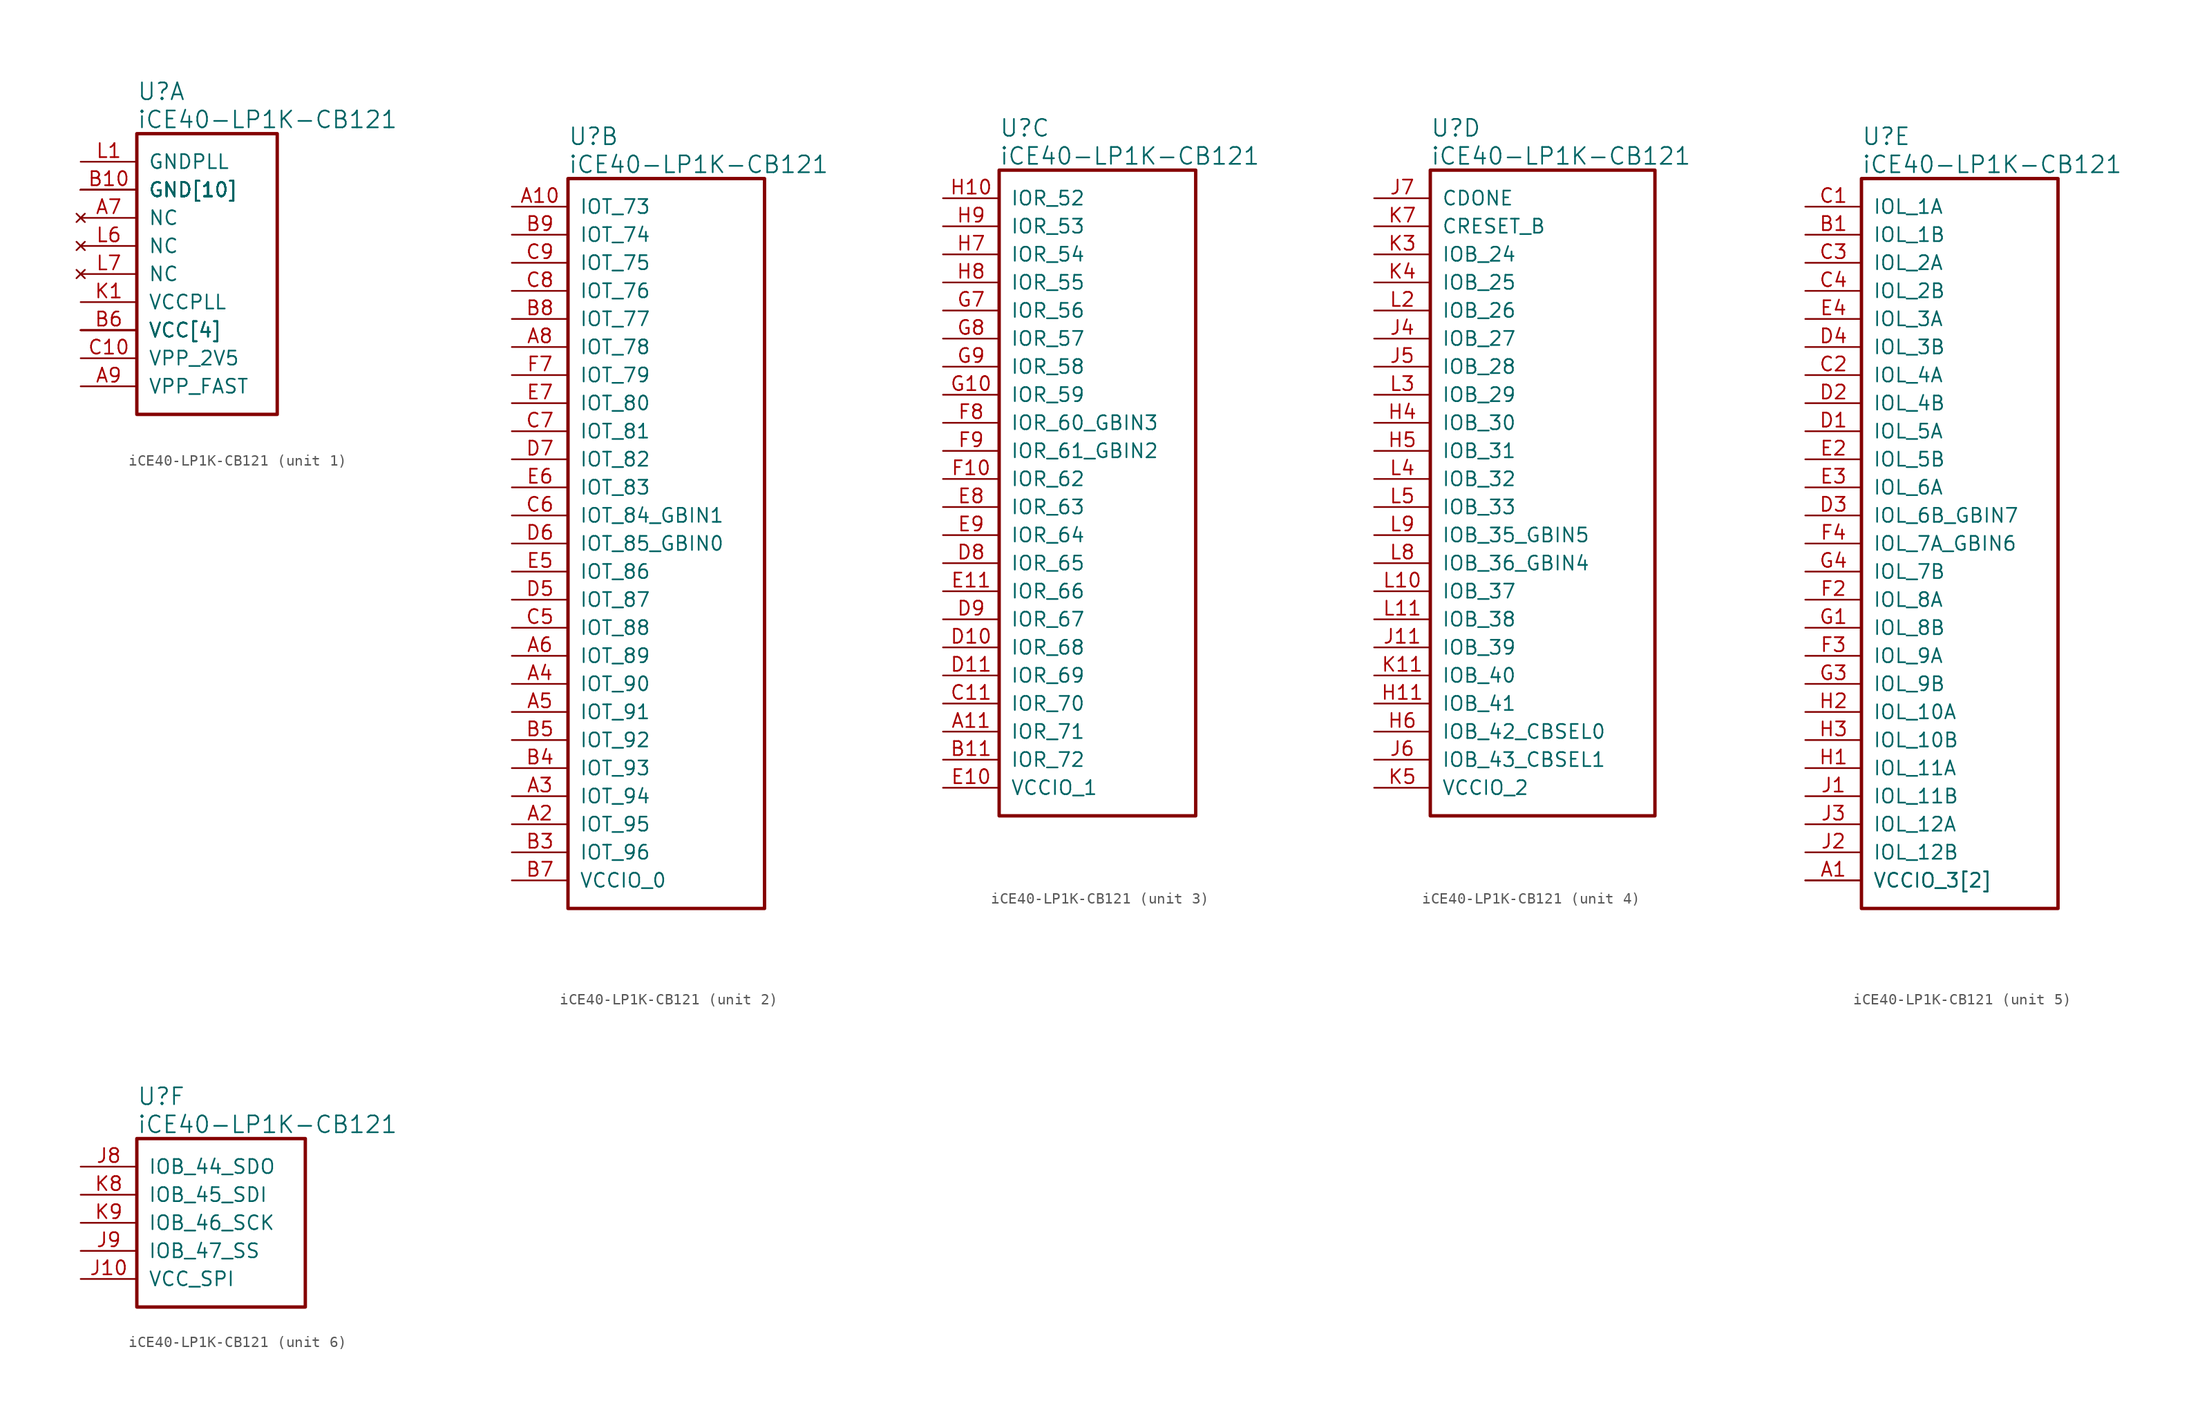
<source format=kicad_sym>
(kicad_symbol_lib
  (version 20241209)
  (generator "kicad_symbol_editor")
  (generator_version "9.0")
  (symbol "iCE40-LP1K-CB121"
    (pin_names
      (offset 1.016))
    (property "Reference" "U"
      (at 5.08 6.35 0)
      (effects (font (size 1.524 1.524)) (justify left)))
    (property "Value" "iCE40-LP1K-CB121"
      (at 5.08 3.81 0)
      (effects (font (size 1.524 1.524)) (justify left)))
    (property "ki_locked" ""
      (at 0 0 0)
      (effects (font (size 1.27 1.27))))
    (symbol "iCE40-LP1K-CB121_1_1"
      (rectangle (start 5.08 2.54) (end 17.78 -22.86) (stroke (width 0.305) (type solid)) (fill (type none)))
      (pin power_in line (at 0 0 0) (length 5.08) (name "GNDPLL" (effects (font (size 1.27 1.27)))) (number "L1" (effects (font (size 1.27 1.27)))))
      (pin power_in line (at 0 -2.54 0) (length 5.08) (name "GND[10]" (effects (font (size 1.27 1.27)))) (number "B10" (effects (font (size 1.27 1.27)))))
      (pin power_in line (at 0 -2.54 0) (length 5.08) (name "GND[10]" (effects (font (size 1.27 1.27)))) (number "B2" (effects (font (size 0 0)))))
      (pin power_in line (at 0 -2.54 0) (length 5.08) (name "GND[10]" (effects (font (size 1.27 1.27)))) (number "E1" (effects (font (size 0 0)))))
      (pin power_in line (at 0 -2.54 0) (length 5.08) (name "GND[10]" (effects (font (size 1.27 1.27)))) (number "F5" (effects (font (size 0 0)))))
      (pin power_in line (at 0 -2.54 0) (length 5.08) (name "GND[10]" (effects (font (size 1.27 1.27)))) (number "F6" (effects (font (size 0 0)))))
      (pin power_in line (at 0 -2.54 0) (length 5.08) (name "GND[10]" (effects (font (size 1.27 1.27)))) (number "G11" (effects (font (size 0 0)))))
      (pin power_in line (at 0 -2.54 0) (length 5.08) (name "GND[10]" (effects (font (size 1.27 1.27)))) (number "G5" (effects (font (size 0 0)))))
      (pin power_in line (at 0 -2.54 0) (length 5.08) (name "GND[10]" (effects (font (size 1.27 1.27)))) (number "G6" (effects (font (size 0 0)))))
      (pin power_in line (at 0 -2.54 0) (length 5.08) (name "GND[10]" (effects (font (size 1.27 1.27)))) (number "K10" (effects (font (size 0 0)))))
      (pin power_in line (at 0 -2.54 0) (length 5.08) (name "GND[10]" (effects (font (size 1.27 1.27)))) (number "K2" (effects (font (size 0 0)))))
      (pin no_connect line (at 0 -5.08 0) (length 5.08) (name "NC" (effects (font (size 1.27 1.27)))) (number "A7" (effects (font (size 1.27 1.27)))))
      (pin no_connect line (at 0 -7.62 0) (length 5.08) (name "NC" (effects (font (size 1.27 1.27)))) (number "L6" (effects (font (size 1.27 1.27)))))
      (pin no_connect line (at 0 -10.16 0) (length 5.08) (name "NC" (effects (font (size 1.27 1.27)))) (number "L7" (effects (font (size 1.27 1.27)))))
      (pin power_in line (at 0 -12.7 0) (length 5.08) (name "VCCPLL" (effects (font (size 1.27 1.27)))) (number "K1" (effects (font (size 1.27 1.27)))))
      (pin power_in line (at 0 -15.24 0) (length 5.08) (name "VCC[4]" (effects (font (size 1.27 1.27)))) (number "B6" (effects (font (size 1.27 1.27)))))
      (pin power_in line (at 0 -15.24 0) (length 5.08) (name "VCC[4]" (effects (font (size 1.27 1.27)))) (number "F1" (effects (font (size 0 0)))))
      (pin power_in line (at 0 -15.24 0) (length 5.08) (name "VCC[4]" (effects (font (size 1.27 1.27)))) (number "F11" (effects (font (size 0 0)))))
      (pin power_in line (at 0 -15.24 0) (length 5.08) (name "VCC[4]" (effects (font (size 1.27 1.27)))) (number "K6" (effects (font (size 0 0)))))
      (pin power_in line (at 0 -17.78 0) (length 5.08) (name "VPP_2V5" (effects (font (size 1.27 1.27)))) (number "C10" (effects (font (size 1.27 1.27)))))
      (pin power_in line (at 0 -20.32 0) (length 5.08) (name "VPP_FAST" (effects (font (size 1.27 1.27)))) (number "A9" (effects (font (size 1.27 1.27))))))
    (symbol "iCE40-LP1K-CB121_2_1"
      (rectangle (start 5.08 2.54) (end 22.86 -63.5) (stroke (width 0.305) (type solid)) (fill (type none)))
      (pin bidirectional line (at 0 0 0) (length 5.08) (name "IOT_73" (effects (font (size 1.27 1.27)))) (number "A10" (effects (font (size 1.27 1.27)))))
      (pin bidirectional line (at 0 -2.54 0) (length 5.08) (name "IOT_74" (effects (font (size 1.27 1.27)))) (number "B9" (effects (font (size 1.27 1.27)))))
      (pin bidirectional line (at 0 -5.08 0) (length 5.08) (name "IOT_75" (effects (font (size 1.27 1.27)))) (number "C9" (effects (font (size 1.27 1.27)))))
      (pin bidirectional line (at 0 -7.62 0) (length 5.08) (name "IOT_76" (effects (font (size 1.27 1.27)))) (number "C8" (effects (font (size 1.27 1.27)))))
      (pin bidirectional line (at 0 -10.16 0) (length 5.08) (name "IOT_77" (effects (font (size 1.27 1.27)))) (number "B8" (effects (font (size 1.27 1.27)))))
      (pin bidirectional line (at 0 -12.7 0) (length 5.08) (name "IOT_78" (effects (font (size 1.27 1.27)))) (number "A8" (effects (font (size 1.27 1.27)))))
      (pin bidirectional line (at 0 -15.24 0) (length 5.08) (name "IOT_79" (effects (font (size 1.27 1.27)))) (number "F7" (effects (font (size 1.27 1.27)))))
      (pin bidirectional line (at 0 -17.78 0) (length 5.08) (name "IOT_80" (effects (font (size 1.27 1.27)))) (number "E7" (effects (font (size 1.27 1.27)))))
      (pin bidirectional line (at 0 -20.32 0) (length 5.08) (name "IOT_81" (effects (font (size 1.27 1.27)))) (number "C7" (effects (font (size 1.27 1.27)))))
      (pin bidirectional line (at 0 -22.86 0) (length 5.08) (name "IOT_82" (effects (font (size 1.27 1.27)))) (number "D7" (effects (font (size 1.27 1.27)))))
      (pin bidirectional line (at 0 -25.4 0) (length 5.08) (name "IOT_83" (effects (font (size 1.27 1.27)))) (number "E6" (effects (font (size 1.27 1.27)))))
      (pin bidirectional line (at 0 -27.94 0) (length 5.08) (name "IOT_84_GBIN1" (effects (font (size 1.27 1.27)))) (number "C6" (effects (font (size 1.27 1.27)))))
      (pin bidirectional line (at 0 -30.48 0) (length 5.08) (name "IOT_85_GBIN0" (effects (font (size 1.27 1.27)))) (number "D6" (effects (font (size 1.27 1.27)))))
      (pin bidirectional line (at 0 -33.02 0) (length 5.08) (name "IOT_86" (effects (font (size 1.27 1.27)))) (number "E5" (effects (font (size 1.27 1.27)))))
      (pin bidirectional line (at 0 -35.56 0) (length 5.08) (name "IOT_87" (effects (font (size 1.27 1.27)))) (number "D5" (effects (font (size 1.27 1.27)))))
      (pin bidirectional line (at 0 -38.1 0) (length 5.08) (name "IOT_88" (effects (font (size 1.27 1.27)))) (number "C5" (effects (font (size 1.27 1.27)))))
      (pin bidirectional line (at 0 -40.64 0) (length 5.08) (name "IOT_89" (effects (font (size 1.27 1.27)))) (number "A6" (effects (font (size 1.27 1.27)))))
      (pin bidirectional line (at 0 -43.18 0) (length 5.08) (name "IOT_90" (effects (font (size 1.27 1.27)))) (number "A4" (effects (font (size 1.27 1.27)))))
      (pin bidirectional line (at 0 -45.72 0) (length 5.08) (name "IOT_91" (effects (font (size 1.27 1.27)))) (number "A5" (effects (font (size 1.27 1.27)))))
      (pin bidirectional line (at 0 -48.26 0) (length 5.08) (name "IOT_92" (effects (font (size 1.27 1.27)))) (number "B5" (effects (font (size 1.27 1.27)))))
      (pin bidirectional line (at 0 -50.8 0) (length 5.08) (name "IOT_93" (effects (font (size 1.27 1.27)))) (number "B4" (effects (font (size 1.27 1.27)))))
      (pin bidirectional line (at 0 -53.34 0) (length 5.08) (name "IOT_94" (effects (font (size 1.27 1.27)))) (number "A3" (effects (font (size 1.27 1.27)))))
      (pin bidirectional line (at 0 -55.88 0) (length 5.08) (name "IOT_95" (effects (font (size 1.27 1.27)))) (number "A2" (effects (font (size 1.27 1.27)))))
      (pin bidirectional line (at 0 -58.42 0) (length 5.08) (name "IOT_96" (effects (font (size 1.27 1.27)))) (number "B3" (effects (font (size 1.27 1.27)))))
      (pin power_in line (at 0 -60.96 0) (length 5.08) (name "VCCIO_0" (effects (font (size 1.27 1.27)))) (number "B7" (effects (font (size 1.27 1.27))))))
    (symbol "iCE40-LP1K-CB121_3_1"
      (rectangle (start 5.08 2.54) (end 22.86 -55.88) (stroke (width 0.305) (type solid)) (fill (type none)))
      (pin bidirectional line (at 0 0 0) (length 5.08) (name "IOR_52" (effects (font (size 1.27 1.27)))) (number "H10" (effects (font (size 1.27 1.27)))))
      (pin bidirectional line (at 0 -2.54 0) (length 5.08) (name "IOR_53" (effects (font (size 1.27 1.27)))) (number "H9" (effects (font (size 1.27 1.27)))))
      (pin bidirectional line (at 0 -5.08 0) (length 5.08) (name "IOR_54" (effects (font (size 1.27 1.27)))) (number "H7" (effects (font (size 1.27 1.27)))))
      (pin bidirectional line (at 0 -7.62 0) (length 5.08) (name "IOR_55" (effects (font (size 1.27 1.27)))) (number "H8" (effects (font (size 1.27 1.27)))))
      (pin bidirectional line (at 0 -10.16 0) (length 5.08) (name "IOR_56" (effects (font (size 1.27 1.27)))) (number "G7" (effects (font (size 1.27 1.27)))))
      (pin bidirectional line (at 0 -12.7 0) (length 5.08) (name "IOR_57" (effects (font (size 1.27 1.27)))) (number "G8" (effects (font (size 1.27 1.27)))))
      (pin bidirectional line (at 0 -15.24 0) (length 5.08) (name "IOR_58" (effects (font (size 1.27 1.27)))) (number "G9" (effects (font (size 1.27 1.27)))))
      (pin bidirectional line (at 0 -17.78 0) (length 5.08) (name "IOR_59" (effects (font (size 1.27 1.27)))) (number "G10" (effects (font (size 1.27 1.27)))))
      (pin bidirectional line (at 0 -20.32 0) (length 5.08) (name "IOR_60_GBIN3" (effects (font (size 1.27 1.27)))) (number "F8" (effects (font (size 1.27 1.27)))))
      (pin bidirectional line (at 0 -22.86 0) (length 5.08) (name "IOR_61_GBIN2" (effects (font (size 1.27 1.27)))) (number "F9" (effects (font (size 1.27 1.27)))))
      (pin bidirectional line (at 0 -25.4 0) (length 5.08) (name "IOR_62" (effects (font (size 1.27 1.27)))) (number "F10" (effects (font (size 1.27 1.27)))))
      (pin bidirectional line (at 0 -27.94 0) (length 5.08) (name "IOR_63" (effects (font (size 1.27 1.27)))) (number "E8" (effects (font (size 1.27 1.27)))))
      (pin bidirectional line (at 0 -30.48 0) (length 5.08) (name "IOR_64" (effects (font (size 1.27 1.27)))) (number "E9" (effects (font (size 1.27 1.27)))))
      (pin bidirectional line (at 0 -33.02 0) (length 5.08) (name "IOR_65" (effects (font (size 1.27 1.27)))) (number "D8" (effects (font (size 1.27 1.27)))))
      (pin bidirectional line (at 0 -35.56 0) (length 5.08) (name "IOR_66" (effects (font (size 1.27 1.27)))) (number "E11" (effects (font (size 1.27 1.27)))))
      (pin bidirectional line (at 0 -38.1 0) (length 5.08) (name "IOR_67" (effects (font (size 1.27 1.27)))) (number "D9" (effects (font (size 1.27 1.27)))))
      (pin bidirectional line (at 0 -40.64 0) (length 5.08) (name "IOR_68" (effects (font (size 1.27 1.27)))) (number "D10" (effects (font (size 1.27 1.27)))))
      (pin bidirectional line (at 0 -43.18 0) (length 5.08) (name "IOR_69" (effects (font (size 1.27 1.27)))) (number "D11" (effects (font (size 1.27 1.27)))))
      (pin bidirectional line (at 0 -45.72 0) (length 5.08) (name "IOR_70" (effects (font (size 1.27 1.27)))) (number "C11" (effects (font (size 1.27 1.27)))))
      (pin bidirectional line (at 0 -48.26 0) (length 5.08) (name "IOR_71" (effects (font (size 1.27 1.27)))) (number "A11" (effects (font (size 1.27 1.27)))))
      (pin bidirectional line (at 0 -50.8 0) (length 5.08) (name "IOR_72" (effects (font (size 1.27 1.27)))) (number "B11" (effects (font (size 1.27 1.27)))))
      (pin power_in line (at 0 -53.34 0) (length 5.08) (name "VCCIO_1" (effects (font (size 1.27 1.27)))) (number "E10" (effects (font (size 1.27 1.27))))))
    (symbol "iCE40-LP1K-CB121_4_1"
      (rectangle (start 5.08 2.54) (end 25.4 -55.88) (stroke (width 0.305) (type solid)) (fill (type none)))
      (pin output line (at 0 0 0) (length 5.08) (name "CDONE" (effects (font (size 1.27 1.27)))) (number "J7" (effects (font (size 1.27 1.27)))))
      (pin input line (at 0 -2.54 0) (length 5.08) (name "CRESET_B" (effects (font (size 1.27 1.27)))) (number "K7" (effects (font (size 1.27 1.27)))))
      (pin bidirectional line (at 0 -5.08 0) (length 5.08) (name "IOB_24" (effects (font (size 1.27 1.27)))) (number "K3" (effects (font (size 1.27 1.27)))))
      (pin bidirectional line (at 0 -7.62 0) (length 5.08) (name "IOB_25" (effects (font (size 1.27 1.27)))) (number "K4" (effects (font (size 1.27 1.27)))))
      (pin bidirectional line (at 0 -10.16 0) (length 5.08) (name "IOB_26" (effects (font (size 1.27 1.27)))) (number "L2" (effects (font (size 1.27 1.27)))))
      (pin bidirectional line (at 0 -12.7 0) (length 5.08) (name "IOB_27" (effects (font (size 1.27 1.27)))) (number "J4" (effects (font (size 1.27 1.27)))))
      (pin bidirectional line (at 0 -15.24 0) (length 5.08) (name "IOB_28" (effects (font (size 1.27 1.27)))) (number "J5" (effects (font (size 1.27 1.27)))))
      (pin bidirectional line (at 0 -17.78 0) (length 5.08) (name "IOB_29" (effects (font (size 1.27 1.27)))) (number "L3" (effects (font (size 1.27 1.27)))))
      (pin bidirectional line (at 0 -20.32 0) (length 5.08) (name "IOB_30" (effects (font (size 1.27 1.27)))) (number "H4" (effects (font (size 1.27 1.27)))))
      (pin bidirectional line (at 0 -22.86 0) (length 5.08) (name "IOB_31" (effects (font (size 1.27 1.27)))) (number "H5" (effects (font (size 1.27 1.27)))))
      (pin bidirectional line (at 0 -25.4 0) (length 5.08) (name "IOB_32" (effects (font (size 1.27 1.27)))) (number "L4" (effects (font (size 1.27 1.27)))))
      (pin bidirectional line (at 0 -27.94 0) (length 5.08) (name "IOB_33" (effects (font (size 1.27 1.27)))) (number "L5" (effects (font (size 1.27 1.27)))))
      (pin bidirectional line (at 0 -30.48 0) (length 5.08) (name "IOB_35_GBIN5" (effects (font (size 1.27 1.27)))) (number "L9" (effects (font (size 1.27 1.27)))))
      (pin bidirectional line (at 0 -33.02 0) (length 5.08) (name "IOB_36_GBIN4" (effects (font (size 1.27 1.27)))) (number "L8" (effects (font (size 1.27 1.27)))))
      (pin bidirectional line (at 0 -35.56 0) (length 5.08) (name "IOB_37" (effects (font (size 1.27 1.27)))) (number "L10" (effects (font (size 1.27 1.27)))))
      (pin bidirectional line (at 0 -38.1 0) (length 5.08) (name "IOB_38" (effects (font (size 1.27 1.27)))) (number "L11" (effects (font (size 1.27 1.27)))))
      (pin bidirectional line (at 0 -40.64 0) (length 5.08) (name "IOB_39" (effects (font (size 1.27 1.27)))) (number "J11" (effects (font (size 1.27 1.27)))))
      (pin bidirectional line (at 0 -43.18 0) (length 5.08) (name "IOB_40" (effects (font (size 1.27 1.27)))) (number "K11" (effects (font (size 1.27 1.27)))))
      (pin bidirectional line (at 0 -45.72 0) (length 5.08) (name "IOB_41" (effects (font (size 1.27 1.27)))) (number "H11" (effects (font (size 1.27 1.27)))))
      (pin bidirectional line (at 0 -48.26 0) (length 5.08) (name "IOB_42_CBSEL0" (effects (font (size 1.27 1.27)))) (number "H6" (effects (font (size 1.27 1.27)))))
      (pin bidirectional line (at 0 -50.8 0) (length 5.08) (name "IOB_43_CBSEL1" (effects (font (size 1.27 1.27)))) (number "J6" (effects (font (size 1.27 1.27)))))
      (pin power_in line (at 0 -53.34 0) (length 5.08) (name "VCCIO_2" (effects (font (size 1.27 1.27)))) (number "K5" (effects (font (size 1.27 1.27))))))
    (symbol "iCE40-LP1K-CB121_5_1"
      (rectangle (start 5.08 2.54) (end 22.86 -63.5) (stroke (width 0.305) (type solid)) (fill (type none)))
      (pin bidirectional line (at 0 0 0) (length 5.08) (name "IOL_1A" (effects (font (size 1.27 1.27)))) (number "C1" (effects (font (size 1.27 1.27)))))
      (pin bidirectional line (at 0 -2.54 0) (length 5.08) (name "IOL_1B" (effects (font (size 1.27 1.27)))) (number "B1" (effects (font (size 1.27 1.27)))))
      (pin bidirectional line (at 0 -5.08 0) (length 5.08) (name "IOL_2A" (effects (font (size 1.27 1.27)))) (number "C3" (effects (font (size 1.27 1.27)))))
      (pin bidirectional line (at 0 -7.62 0) (length 5.08) (name "IOL_2B" (effects (font (size 1.27 1.27)))) (number "C4" (effects (font (size 1.27 1.27)))))
      (pin bidirectional line (at 0 -10.16 0) (length 5.08) (name "IOL_3A" (effects (font (size 1.27 1.27)))) (number "E4" (effects (font (size 1.27 1.27)))))
      (pin bidirectional line (at 0 -12.7 0) (length 5.08) (name "IOL_3B" (effects (font (size 1.27 1.27)))) (number "D4" (effects (font (size 1.27 1.27)))))
      (pin bidirectional line (at 0 -15.24 0) (length 5.08) (name "IOL_4A" (effects (font (size 1.27 1.27)))) (number "C2" (effects (font (size 1.27 1.27)))))
      (pin bidirectional line (at 0 -17.78 0) (length 5.08) (name "IOL_4B" (effects (font (size 1.27 1.27)))) (number "D2" (effects (font (size 1.27 1.27)))))
      (pin bidirectional line (at 0 -20.32 0) (length 5.08) (name "IOL_5A" (effects (font (size 1.27 1.27)))) (number "D1" (effects (font (size 1.27 1.27)))))
      (pin bidirectional line (at 0 -22.86 0) (length 5.08) (name "IOL_5B" (effects (font (size 1.27 1.27)))) (number "E2" (effects (font (size 1.27 1.27)))))
      (pin bidirectional line (at 0 -25.4 0) (length 5.08) (name "IOL_6A" (effects (font (size 1.27 1.27)))) (number "E3" (effects (font (size 1.27 1.27)))))
      (pin bidirectional line (at 0 -27.94 0) (length 5.08) (name "IOL_6B_GBIN7" (effects (font (size 1.27 1.27)))) (number "D3" (effects (font (size 1.27 1.27)))))
      (pin bidirectional line (at 0 -30.48 0) (length 5.08) (name "IOL_7A_GBIN6" (effects (font (size 1.27 1.27)))) (number "F4" (effects (font (size 1.27 1.27)))))
      (pin bidirectional line (at 0 -33.02 0) (length 5.08) (name "IOL_7B" (effects (font (size 1.27 1.27)))) (number "G4" (effects (font (size 1.27 1.27)))))
      (pin bidirectional line (at 0 -35.56 0) (length 5.08) (name "IOL_8A" (effects (font (size 1.27 1.27)))) (number "F2" (effects (font (size 1.27 1.27)))))
      (pin bidirectional line (at 0 -38.1 0) (length 5.08) (name "IOL_8B" (effects (font (size 1.27 1.27)))) (number "G1" (effects (font (size 1.27 1.27)))))
      (pin bidirectional line (at 0 -40.64 0) (length 5.08) (name "IOL_9A" (effects (font (size 1.27 1.27)))) (number "F3" (effects (font (size 1.27 1.27)))))
      (pin bidirectional line (at 0 -43.18 0) (length 5.08) (name "IOL_9B" (effects (font (size 1.27 1.27)))) (number "G3" (effects (font (size 1.27 1.27)))))
      (pin bidirectional line (at 0 -45.72 0) (length 5.08) (name "IOL_10A" (effects (font (size 1.27 1.27)))) (number "H2" (effects (font (size 1.27 1.27)))))
      (pin bidirectional line (at 0 -48.26 0) (length 5.08) (name "IOL_10B" (effects (font (size 1.27 1.27)))) (number "H3" (effects (font (size 1.27 1.27)))))
      (pin bidirectional line (at 0 -50.8 0) (length 5.08) (name "IOL_11A" (effects (font (size 1.27 1.27)))) (number "H1" (effects (font (size 1.27 1.27)))))
      (pin bidirectional line (at 0 -53.34 0) (length 5.08) (name "IOL_11B" (effects (font (size 1.27 1.27)))) (number "J1" (effects (font (size 1.27 1.27)))))
      (pin bidirectional line (at 0 -55.88 0) (length 5.08) (name "IOL_12A" (effects (font (size 1.27 1.27)))) (number "J3" (effects (font (size 1.27 1.27)))))
      (pin bidirectional line (at 0 -58.42 0) (length 5.08) (name "IOL_12B" (effects (font (size 1.27 1.27)))) (number "J2" (effects (font (size 1.27 1.27)))))
      (pin power_in line (at 0 -60.96 0) (length 5.08) (name "VCCIO_3[2]" (effects (font (size 1.27 1.27)))) (number "A1" (effects (font (size 1.27 1.27)))))
      (pin power_in line (at 0 -60.96 0) (length 5.08) (name "VCCIO_3[2]" (effects (font (size 1.27 1.27)))) (number "G2" (effects (font (size 0 0))))))
    (symbol "iCE40-LP1K-CB121_6_1"
      (rectangle (start 5.08 2.54) (end 20.32 -12.7) (stroke (width 0.305) (type solid)) (fill (type none)))
      (pin bidirectional line (at 0 0 0) (length 5.08) (name "IOB_44_SDO" (effects (font (size 1.27 1.27)))) (number "J8" (effects (font (size 1.27 1.27)))))
      (pin bidirectional line (at 0 -2.54 0) (length 5.08) (name "IOB_45_SDI" (effects (font (size 1.27 1.27)))) (number "K8" (effects (font (size 1.27 1.27)))))
      (pin bidirectional line (at 0 -5.08 0) (length 5.08) (name "IOB_46_SCK" (effects (font (size 1.27 1.27)))) (number "K9" (effects (font (size 1.27 1.27)))))
      (pin bidirectional line (at 0 -7.62 0) (length 5.08) (name "IOB_47_SS" (effects (font (size 1.27 1.27)))) (number "J9" (effects (font (size 1.27 1.27)))))
      (pin power_in line (at 0 -10.16 0) (length 5.08) (name "VCC_SPI" (effects (font (size 1.27 1.27)))) (number "J10" (effects (font (size 1.27 1.27))))))))
</source>
